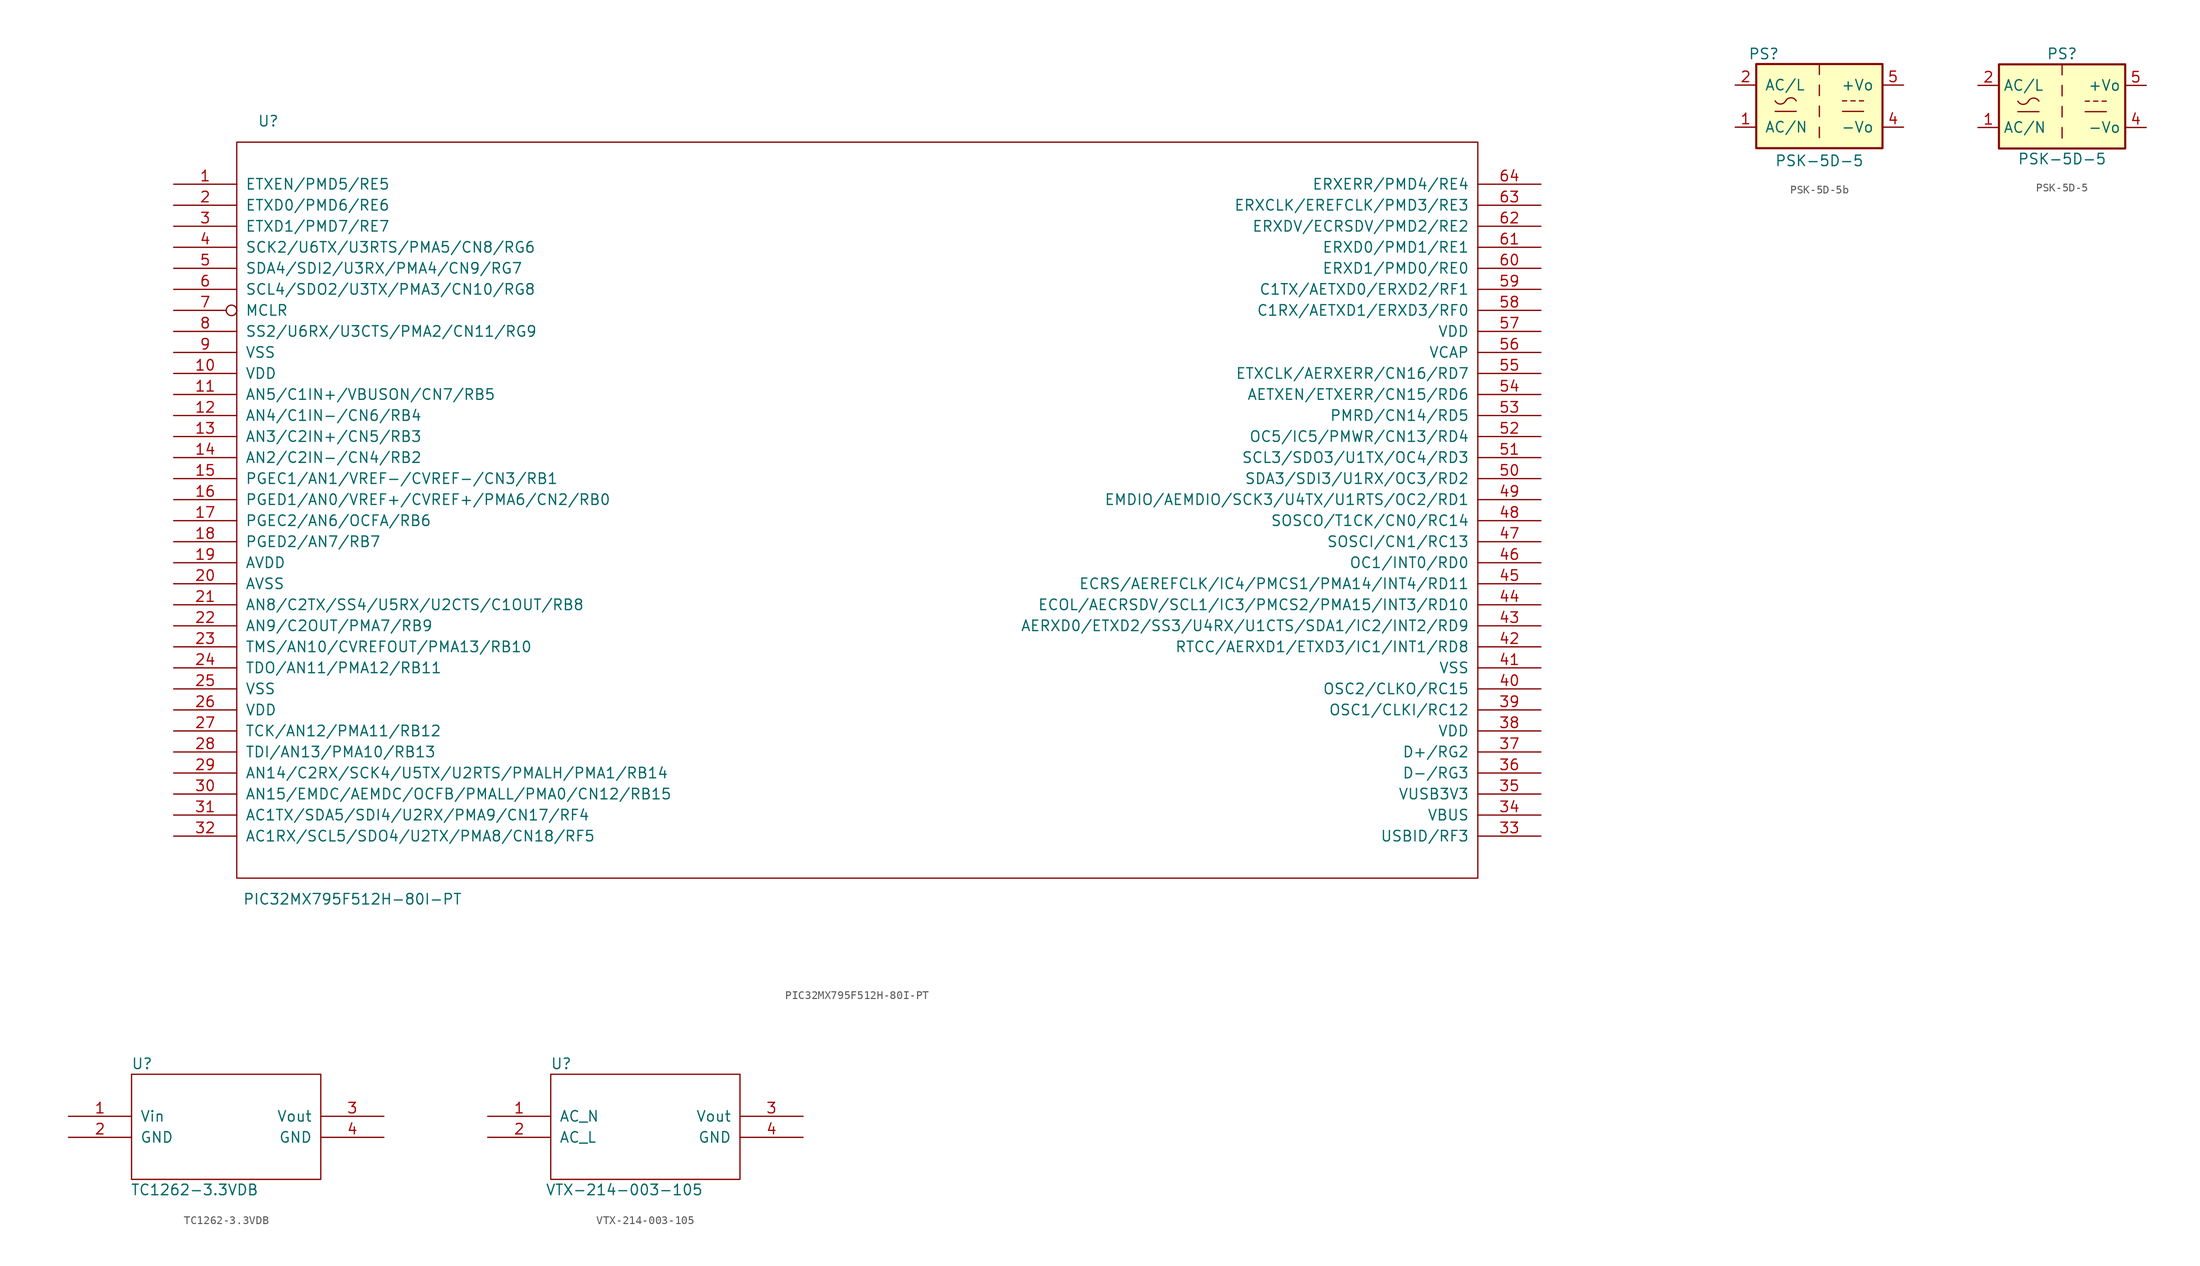
<source format=kicad_sym>
(kicad_symbol_lib
  (version 20220914)
  (generator kicad_symbol_editor)
  (symbol "PIC32MX795F512H-80I-PT"
    (pin_names
      (offset 1.016))
    (property "Reference" "U"
      (at -71.12 46.99 0)
      (effects (font (size 1.27 1.27))))
    (property "Value" "PIC32MX795F512H-80I-PT"
      (at -60.96 -46.99 0)
      (effects (font (size 1.27 1.27))))
    (symbol "PIC32MX795F512H-80I-PT_1_0"
      (rectangle (start -74.93 -44.45) (end 74.93 44.45) (stroke (width 0) (type solid)) (fill (type none))))
    (symbol "PIC32MX795F512H-80I-PT_1_1"
      (pin bidirectional line (at -82.55 39.37 0) (length 7.62) (name "ETXEN/PMD5/RE5" (effects (font (size 1.27 1.27)))) (number "1" (effects (font (size 1.27 1.27)))))
      (pin power_in line (at -82.55 16.51 0) (length 7.62) (name "VDD" (effects (font (size 1.27 1.27)))) (number "10" (effects (font (size 1.27 1.27)))))
      (pin bidirectional line (at -82.55 13.97 0) (length 7.62) (name "AN5/C1IN+/VBUSON/CN7/RB5" (effects (font (size 1.27 1.27)))) (number "11" (effects (font (size 1.27 1.27)))))
      (pin bidirectional line (at -82.55 11.43 0) (length 7.62) (name "AN4/C1IN-/CN6/RB4" (effects (font (size 1.27 1.27)))) (number "12" (effects (font (size 1.27 1.27)))))
      (pin bidirectional line (at -82.55 8.89 0) (length 7.62) (name "AN3/C2IN+/CN5/RB3" (effects (font (size 1.27 1.27)))) (number "13" (effects (font (size 1.27 1.27)))))
      (pin bidirectional line (at -82.55 6.35 0) (length 7.62) (name "AN2/C2IN-/CN4/RB2" (effects (font (size 1.27 1.27)))) (number "14" (effects (font (size 1.27 1.27)))))
      (pin bidirectional line (at -82.55 3.81 0) (length 7.62) (name "PGEC1/AN1/VREF-/CVREF-/CN3/RB1" (effects (font (size 1.27 1.27)))) (number "15" (effects (font (size 1.27 1.27)))))
      (pin bidirectional line (at -82.55 1.27 0) (length 7.62) (name "PGED1/AN0/VREF+/CVREF+/PMA6/CN2/RB0" (effects (font (size 1.27 1.27)))) (number "16" (effects (font (size 1.27 1.27)))))
      (pin bidirectional line (at -82.55 -1.27 0) (length 7.62) (name "PGEC2/AN6/OCFA/RB6" (effects (font (size 1.27 1.27)))) (number "17" (effects (font (size 1.27 1.27)))))
      (pin bidirectional line (at -82.55 -3.81 0) (length 7.62) (name "PGED2/AN7/RB7" (effects (font (size 1.27 1.27)))) (number "18" (effects (font (size 1.27 1.27)))))
      (pin power_in line (at -82.55 -6.35 0) (length 7.62) (name "AVDD" (effects (font (size 1.27 1.27)))) (number "19" (effects (font (size 1.27 1.27)))))
      (pin bidirectional line (at -82.55 36.83 0) (length 7.62) (name "ETXD0/PMD6/RE6" (effects (font (size 1.27 1.27)))) (number "2" (effects (font (size 1.27 1.27)))))
      (pin bidirectional line (at -82.55 -8.89 0) (length 7.62) (name "AVSS" (effects (font (size 1.27 1.27)))) (number "20" (effects (font (size 1.27 1.27)))))
      (pin bidirectional line (at -82.55 -11.43 0) (length 7.62) (name "AN8/C2TX/SS4/U5RX/U2CTS/C1OUT/RB8" (effects (font (size 1.27 1.27)))) (number "21" (effects (font (size 1.27 1.27)))))
      (pin bidirectional line (at -82.55 -13.97 0) (length 7.62) (name "AN9/C2OUT/PMA7/RB9" (effects (font (size 1.27 1.27)))) (number "22" (effects (font (size 1.27 1.27)))))
      (pin bidirectional line (at -82.55 -16.51 0) (length 7.62) (name "TMS/AN10/CVREFOUT/PMA13/RB10" (effects (font (size 1.27 1.27)))) (number "23" (effects (font (size 1.27 1.27)))))
      (pin bidirectional line (at -82.55 -19.05 0) (length 7.62) (name "TDO/AN11/PMA12/RB11" (effects (font (size 1.27 1.27)))) (number "24" (effects (font (size 1.27 1.27)))))
      (pin power_in line (at -82.55 -21.59 0) (length 7.62) (name "VSS" (effects (font (size 1.27 1.27)))) (number "25" (effects (font (size 1.27 1.27)))))
      (pin power_in line (at -82.55 -24.13 0) (length 7.62) (name "VDD" (effects (font (size 1.27 1.27)))) (number "26" (effects (font (size 1.27 1.27)))))
      (pin bidirectional line (at -82.55 -26.67 0) (length 7.62) (name "TCK/AN12/PMA11/RB12" (effects (font (size 1.27 1.27)))) (number "27" (effects (font (size 1.27 1.27)))))
      (pin bidirectional line (at -82.55 -29.21 0) (length 7.62) (name "TDI/AN13/PMA10/RB13" (effects (font (size 1.27 1.27)))) (number "28" (effects (font (size 1.27 1.27)))))
      (pin bidirectional line (at -82.55 -31.75 0) (length 7.62) (name "AN14/C2RX/SCK4/U5TX/U2RTS/PMALH/PMA1/RB14" (effects (font (size 1.27 1.27)))) (number "29" (effects (font (size 1.27 1.27)))))
      (pin bidirectional line (at -82.55 34.29 0) (length 7.62) (name "ETXD1/PMD7/RE7" (effects (font (size 1.27 1.27)))) (number "3" (effects (font (size 1.27 1.27)))))
      (pin bidirectional line (at -82.55 -34.29 0) (length 7.62) (name "AN15/EMDC/AEMDC/OCFB/PMALL/PMA0/CN12/RB15" (effects (font (size 1.27 1.27)))) (number "30" (effects (font (size 1.27 1.27)))))
      (pin bidirectional line (at -82.55 -36.83 0) (length 7.62) (name "AC1TX/SDA5/SDI4/U2RX/PMA9/CN17/RF4" (effects (font (size 1.27 1.27)))) (number "31" (effects (font (size 1.27 1.27)))))
      (pin bidirectional line (at -82.55 -39.37 0) (length 7.62) (name "AC1RX/SCL5/SDO4/U2TX/PMA8/CN18/RF5" (effects (font (size 1.27 1.27)))) (number "32" (effects (font (size 1.27 1.27)))))
      (pin bidirectional line (at 82.55 -39.37 180) (length 7.62) (name "USBID/RF3" (effects (font (size 1.27 1.27)))) (number "33" (effects (font (size 1.27 1.27)))))
      (pin bidirectional line (at 82.55 -36.83 180) (length 7.62) (name "VBUS" (effects (font (size 1.27 1.27)))) (number "34" (effects (font (size 1.27 1.27)))))
      (pin bidirectional line (at 82.55 -34.29 180) (length 7.62) (name "VUSB3V3" (effects (font (size 1.27 1.27)))) (number "35" (effects (font (size 1.27 1.27)))))
      (pin bidirectional line (at 82.55 -31.75 180) (length 7.62) (name "D-/RG3" (effects (font (size 1.27 1.27)))) (number "36" (effects (font (size 1.27 1.27)))))
      (pin bidirectional line (at 82.55 -29.21 180) (length 7.62) (name "D+/RG2" (effects (font (size 1.27 1.27)))) (number "37" (effects (font (size 1.27 1.27)))))
      (pin power_in line (at 82.55 -26.67 180) (length 7.62) (name "VDD" (effects (font (size 1.27 1.27)))) (number "38" (effects (font (size 1.27 1.27)))))
      (pin bidirectional line (at 82.55 -24.13 180) (length 7.62) (name "OSC1/CLKI/RC12" (effects (font (size 1.27 1.27)))) (number "39" (effects (font (size 1.27 1.27)))))
      (pin bidirectional line (at -82.55 31.75 0) (length 7.62) (name "SCK2/U6TX/U3RTS/PMA5/CN8/RG6" (effects (font (size 1.27 1.27)))) (number "4" (effects (font (size 1.27 1.27)))))
      (pin bidirectional line (at 82.55 -21.59 180) (length 7.62) (name "OSC2/CLKO/RC15" (effects (font (size 1.27 1.27)))) (number "40" (effects (font (size 1.27 1.27)))))
      (pin power_in line (at 82.55 -19.05 180) (length 7.62) (name "VSS" (effects (font (size 1.27 1.27)))) (number "41" (effects (font (size 1.27 1.27)))))
      (pin bidirectional line (at 82.55 -16.51 180) (length 7.62) (name "RTCC/AERXD1/ETXD3/IC1/INT1/RD8" (effects (font (size 1.27 1.27)))) (number "42" (effects (font (size 1.27 1.27)))))
      (pin bidirectional line (at 82.55 -13.97 180) (length 7.62) (name "AERXD0/ETXD2/SS3/U4RX/U1CTS/SDA1/IC2/INT2/RD9" (effects (font (size 1.27 1.27)))) (number "43" (effects (font (size 1.27 1.27)))))
      (pin bidirectional line (at 82.55 -11.43 180) (length 7.62) (name "ECOL/AECRSDV/SCL1/IC3/PMCS2/PMA15/INT3/RD10" (effects (font (size 1.27 1.27)))) (number "44" (effects (font (size 1.27 1.27)))))
      (pin bidirectional line (at 82.55 -8.89 180) (length 7.62) (name "ECRS/AEREFCLK/IC4/PMCS1/PMA14/INT4/RD11" (effects (font (size 1.27 1.27)))) (number "45" (effects (font (size 1.27 1.27)))))
      (pin bidirectional line (at 82.55 -6.35 180) (length 7.62) (name "OC1/INT0/RD0" (effects (font (size 1.27 1.27)))) (number "46" (effects (font (size 1.27 1.27)))))
      (pin bidirectional line (at 82.55 -3.81 180) (length 7.62) (name "SOSCI/CN1/RC13" (effects (font (size 1.27 1.27)))) (number "47" (effects (font (size 1.27 1.27)))))
      (pin bidirectional line (at 82.55 -1.27 180) (length 7.62) (name "SOSCO/T1CK/CN0/RC14" (effects (font (size 1.27 1.27)))) (number "48" (effects (font (size 1.27 1.27)))))
      (pin bidirectional line (at 82.55 1.27 180) (length 7.62) (name "EMDIO/AEMDIO/SCK3/U4TX/U1RTS/OC2/RD1" (effects (font (size 1.27 1.27)))) (number "49" (effects (font (size 1.27 1.27)))))
      (pin bidirectional line (at -82.55 29.21 0) (length 7.62) (name "SDA4/SDI2/U3RX/PMA4/CN9/RG7" (effects (font (size 1.27 1.27)))) (number "5" (effects (font (size 1.27 1.27)))))
      (pin bidirectional line (at 82.55 3.81 180) (length 7.62) (name "SDA3/SDI3/U1RX/OC3/RD2" (effects (font (size 1.27 1.27)))) (number "50" (effects (font (size 1.27 1.27)))))
      (pin bidirectional line (at 82.55 6.35 180) (length 7.62) (name "SCL3/SDO3/U1TX/OC4/RD3" (effects (font (size 1.27 1.27)))) (number "51" (effects (font (size 1.27 1.27)))))
      (pin bidirectional line (at 82.55 8.89 180) (length 7.62) (name "OC5/IC5/PMWR/CN13/RD4" (effects (font (size 1.27 1.27)))) (number "52" (effects (font (size 1.27 1.27)))))
      (pin bidirectional line (at 82.55 11.43 180) (length 7.62) (name "PMRD/CN14/RD5" (effects (font (size 1.27 1.27)))) (number "53" (effects (font (size 1.27 1.27)))))
      (pin bidirectional line (at 82.55 13.97 180) (length 7.62) (name "AETXEN/ETXERR/CN15/RD6" (effects (font (size 1.27 1.27)))) (number "54" (effects (font (size 1.27 1.27)))))
      (pin bidirectional line (at 82.55 16.51 180) (length 7.62) (name "ETXCLK/AERXERR/CN16/RD7" (effects (font (size 1.27 1.27)))) (number "55" (effects (font (size 1.27 1.27)))))
      (pin bidirectional line (at 82.55 19.05 180) (length 7.62) (name "VCAP" (effects (font (size 1.27 1.27)))) (number "56" (effects (font (size 1.27 1.27)))))
      (pin power_in line (at 82.55 21.59 180) (length 7.62) (name "VDD" (effects (font (size 1.27 1.27)))) (number "57" (effects (font (size 1.27 1.27)))))
      (pin bidirectional line (at 82.55 24.13 180) (length 7.62) (name "C1RX/AETXD1/ERXD3/RF0" (effects (font (size 1.27 1.27)))) (number "58" (effects (font (size 1.27 1.27)))))
      (pin bidirectional line (at 82.55 26.67 180) (length 7.62) (name "C1TX/AETXD0/ERXD2/RF1" (effects (font (size 1.27 1.27)))) (number "59" (effects (font (size 1.27 1.27)))))
      (pin bidirectional line (at -82.55 26.67 0) (length 7.62) (name "SCL4/SDO2/U3TX/PMA3/CN10/RG8" (effects (font (size 1.27 1.27)))) (number "6" (effects (font (size 1.27 1.27)))))
      (pin bidirectional line (at 82.55 29.21 180) (length 7.62) (name "ERXD1/PMD0/RE0" (effects (font (size 1.27 1.27)))) (number "60" (effects (font (size 1.27 1.27)))))
      (pin bidirectional line (at 82.55 31.75 180) (length 7.62) (name "ERXD0/PMD1/RE1" (effects (font (size 1.27 1.27)))) (number "61" (effects (font (size 1.27 1.27)))))
      (pin bidirectional line (at 82.55 34.29 180) (length 7.62) (name "ERXDV/ECRSDV/PMD2/RE2" (effects (font (size 1.27 1.27)))) (number "62" (effects (font (size 1.27 1.27)))))
      (pin bidirectional line (at 82.55 36.83 180) (length 7.62) (name "ERXCLK/EREFCLK/PMD3/RE3" (effects (font (size 1.27 1.27)))) (number "63" (effects (font (size 1.27 1.27)))))
      (pin bidirectional line (at 82.55 39.37 180) (length 7.62) (name "ERXERR/PMD4/RE4" (effects (font (size 1.27 1.27)))) (number "64" (effects (font (size 1.27 1.27)))))
      (pin bidirectional inverted (at -82.55 24.13 0) (length 7.62) (name "MCLR" (effects (font (size 1.27 1.27)))) (number "7" (effects (font (size 1.27 1.27)))))
      (pin bidirectional line (at -82.55 21.59 0) (length 7.62) (name "SS2/U6RX/U3CTS/PMA2/CN11/RG9" (effects (font (size 1.27 1.27)))) (number "8" (effects (font (size 1.27 1.27)))))
      (pin power_in line (at -82.55 19.05 0) (length 7.62) (name "VSS" (effects (font (size 1.27 1.27)))) (number "9" (effects (font (size 1.27 1.27)))))))
  (symbol "PSK-5D-5b"
    (pin_names
      (offset 1.016))
    (property "Reference" "PS"
      (at -6.807 6.401 0)
      (effects (font (size 1.27 1.27))))
    (property "Value" "PSK-5D-5"
      (at -0.102 -6.502 0)
      (effects (font (size 1.27 1.27))))
    (symbol "PSK-5D-5b_0_1"
      (arc (start -5.4356 0.7366) (mid -4.8006 0.3511) (end -4.1656 0.7366) (stroke (width 0) (type default)) (fill (type none)))
      (arc (start -2.8956 0.7366) (mid -3.5306 1.1088) (end -4.1656 0.7366) (stroke (width 0) (type default)) (fill (type none)))
      (polyline (pts (xy -5.436 -0.533) (xy -2.896 -0.533)) (stroke (width 0) (type default)) (fill (type none)))
      (polyline (pts (xy -0.102 -2.438) (xy -0.102 -3.708)) (stroke (width 0) (type default)) (fill (type none)))
      (polyline (pts (xy -0.102 0.102) (xy -0.102 -1.168)) (stroke (width 0) (type default)) (fill (type none)))
      (polyline (pts (xy -0.102 2.642) (xy -0.102 1.372)) (stroke (width 0) (type default)) (fill (type none)))
      (polyline (pts (xy -0.102 5.182) (xy -0.102 3.912)) (stroke (width 0) (type default)) (fill (type none)))
      (polyline (pts (xy 2.692 -0.533) (xy 5.232 -0.533)) (stroke (width 0) (type default)) (fill (type none)))
      (polyline (pts (xy 2.692 0.737) (xy 3.2 0.737)) (stroke (width 0) (type default)) (fill (type none)))
      (polyline (pts (xy 3.708 0.737) (xy 4.216 0.737)) (stroke (width 0) (type default)) (fill (type none)))
      (polyline (pts (xy 4.724 0.737) (xy 5.232 0.737)) (stroke (width 0) (type default)) (fill (type none))))
    (symbol "PSK-5D-5b_1_1"
      (rectangle (start -7.722 5.182) (end 7.518 -4.978) (stroke (width 0.254) (type default)) (fill (type background)))
      (pin power_in line (at -10.262 -2.438 0) (length 2.54) (name "AC/N" (effects (font (size 1.27 1.27)))) (number "1" (effects (font (size 1.27 1.27)))))
      (pin power_in line (at -10.262 2.642 0) (length 2.54) (name "AC/L" (effects (font (size 1.27 1.27)))) (number "2" (effects (font (size 1.27 1.27)))))
      (pin power_out line (at 10.058 -2.438 180) (length 2.54) (name "-Vo" (effects (font (size 1.27 1.27)))) (number "4" (effects (font (size 1.27 1.27)))))
      (pin power_out line (at 10.058 2.642 180) (length 2.54) (name "+Vo" (effects (font (size 1.27 1.27)))) (number "5" (effects (font (size 1.27 1.27)))))))
  (symbol "PSK-5D-5"
    (property "Reference" "PS"
      (at 0 6.35 0)
      (effects (font (size 1.27 1.27))))
    (property "Value" "PSK-5D-5"
      (at 0 -6.35 0)
      (effects (font (size 1.27 1.27))))
    (symbol "PSK-5D-5_0_1"
      (rectangle (start -7.62 5.08) (end 7.62 -5.08) (stroke (width 0.254) (type default)) (fill (type background)))
      (arc (start -5.334 0.635) (mid -4.699 0.2495) (end -4.064 0.635) (stroke (width 0) (type default)) (fill (type none)))
      (arc (start -2.794 0.635) (mid -3.429 1.0072) (end -4.064 0.635) (stroke (width 0) (type default)) (fill (type none)))
      (polyline (pts (xy -5.334 -0.635) (xy -2.794 -0.635)) (stroke (width 0) (type default)) (fill (type none)))
      (polyline (pts (xy 0 -2.54) (xy 0 -3.81)) (stroke (width 0) (type default)) (fill (type none)))
      (polyline (pts (xy 0 0) (xy 0 -1.27)) (stroke (width 0) (type default)) (fill (type none)))
      (polyline (pts (xy 0 2.54) (xy 0 1.27)) (stroke (width 0) (type default)) (fill (type none)))
      (polyline (pts (xy 0 5.08) (xy 0 3.81)) (stroke (width 0) (type default)) (fill (type none)))
      (polyline (pts (xy 2.794 -0.635) (xy 5.334 -0.635)) (stroke (width 0) (type default)) (fill (type none)))
      (polyline (pts (xy 2.794 0.635) (xy 3.302 0.635)) (stroke (width 0) (type default)) (fill (type none)))
      (polyline (pts (xy 3.81 0.635) (xy 4.318 0.635)) (stroke (width 0) (type default)) (fill (type none)))
      (polyline (pts (xy 4.826 0.635) (xy 5.334 0.635)) (stroke (width 0) (type default)) (fill (type none))))
    (symbol "PSK-5D-5_1_1"
      (pin power_in line (at -10.16 -2.54 0) (length 2.54) (name "AC/N" (effects (font (size 1.27 1.27)))) (number "1" (effects (font (size 1.27 1.27)))))
      (pin power_in line (at -10.16 2.54 0) (length 2.54) (name "AC/L" (effects (font (size 1.27 1.27)))) (number "2" (effects (font (size 1.27 1.27)))))
      (pin power_out line (at 10.16 -2.54 180) (length 2.54) (name "-Vo" (effects (font (size 1.27 1.27)))) (number "4" (effects (font (size 1.27 1.27)))))
      (pin power_out line (at 10.16 2.54 180) (length 2.54) (name "+Vo" (effects (font (size 1.27 1.27)))) (number "5" (effects (font (size 1.27 1.27)))))))
  (symbol "TC1262-3.3VDB"
    (pin_names
      (offset 1.016))
    (property "Reference" "U"
      (at -10.16 7.62 0)
      (effects (font (size 1.27 1.27))))
    (property "Value" "TC1262-3.3VDB"
      (at -3.81 -7.62 0)
      (effects (font (size 1.27 1.27))))
    (symbol "TC1262-3.3VDB_1_0"
      (rectangle (start -11.43 -6.35) (end 11.43 6.35) (stroke (width 0) (type solid)) (fill (type none))))
    (symbol "TC1262-3.3VDB_1_1"
      (pin power_in line (at -19.05 1.27 0) (length 7.62) (name "Vin" (effects (font (size 1.27 1.27)))) (number "1" (effects (font (size 1.27 1.27)))))
      (pin power_in line (at -19.05 -1.27 0) (length 7.62) (name "GND" (effects (font (size 1.27 1.27)))) (number "2" (effects (font (size 1.27 1.27)))))
      (pin power_out line (at 19.05 1.27 180) (length 7.62) (name "Vout" (effects (font (size 1.27 1.27)))) (number "3" (effects (font (size 1.27 1.27)))))
      (pin power_out line (at 19.05 -1.27 180) (length 7.62) (name "GND" (effects (font (size 1.27 1.27)))) (number "4" (effects (font (size 1.27 1.27)))))))
  (symbol "VTX-214-003-105"
    (pin_names
      (offset 1.016))
    (property "Reference" "U"
      (at -10.16 7.62 0)
      (effects (font (size 1.27 1.27))))
    (property "Value" "VTX-214-003-105"
      (at -2.54 -7.62 0)
      (effects (font (size 1.27 1.27))))
    (symbol "VTX-214-003-105_1_0"
      (rectangle (start -11.43 -6.35) (end 11.43 6.35) (stroke (width 0) (type solid)) (fill (type none))))
    (symbol "VTX-214-003-105_1_1"
      (pin power_in line (at -19.05 1.27 0) (length 7.62) (name "AC_N" (effects (font (size 1.27 1.27)))) (number "1" (effects (font (size 1.27 1.27)))))
      (pin power_in line (at -19.05 -1.27 0) (length 7.62) (name "AC_L" (effects (font (size 1.27 1.27)))) (number "2" (effects (font (size 1.27 1.27)))))
      (pin power_out line (at 19.05 1.27 180) (length 7.62) (name "Vout" (effects (font (size 1.27 1.27)))) (number "3" (effects (font (size 1.27 1.27)))))
      (pin power_out line (at 19.05 -1.27 180) (length 7.62) (name "GND" (effects (font (size 1.27 1.27)))) (number "4" (effects (font (size 1.27 1.27))))))))
</source>
